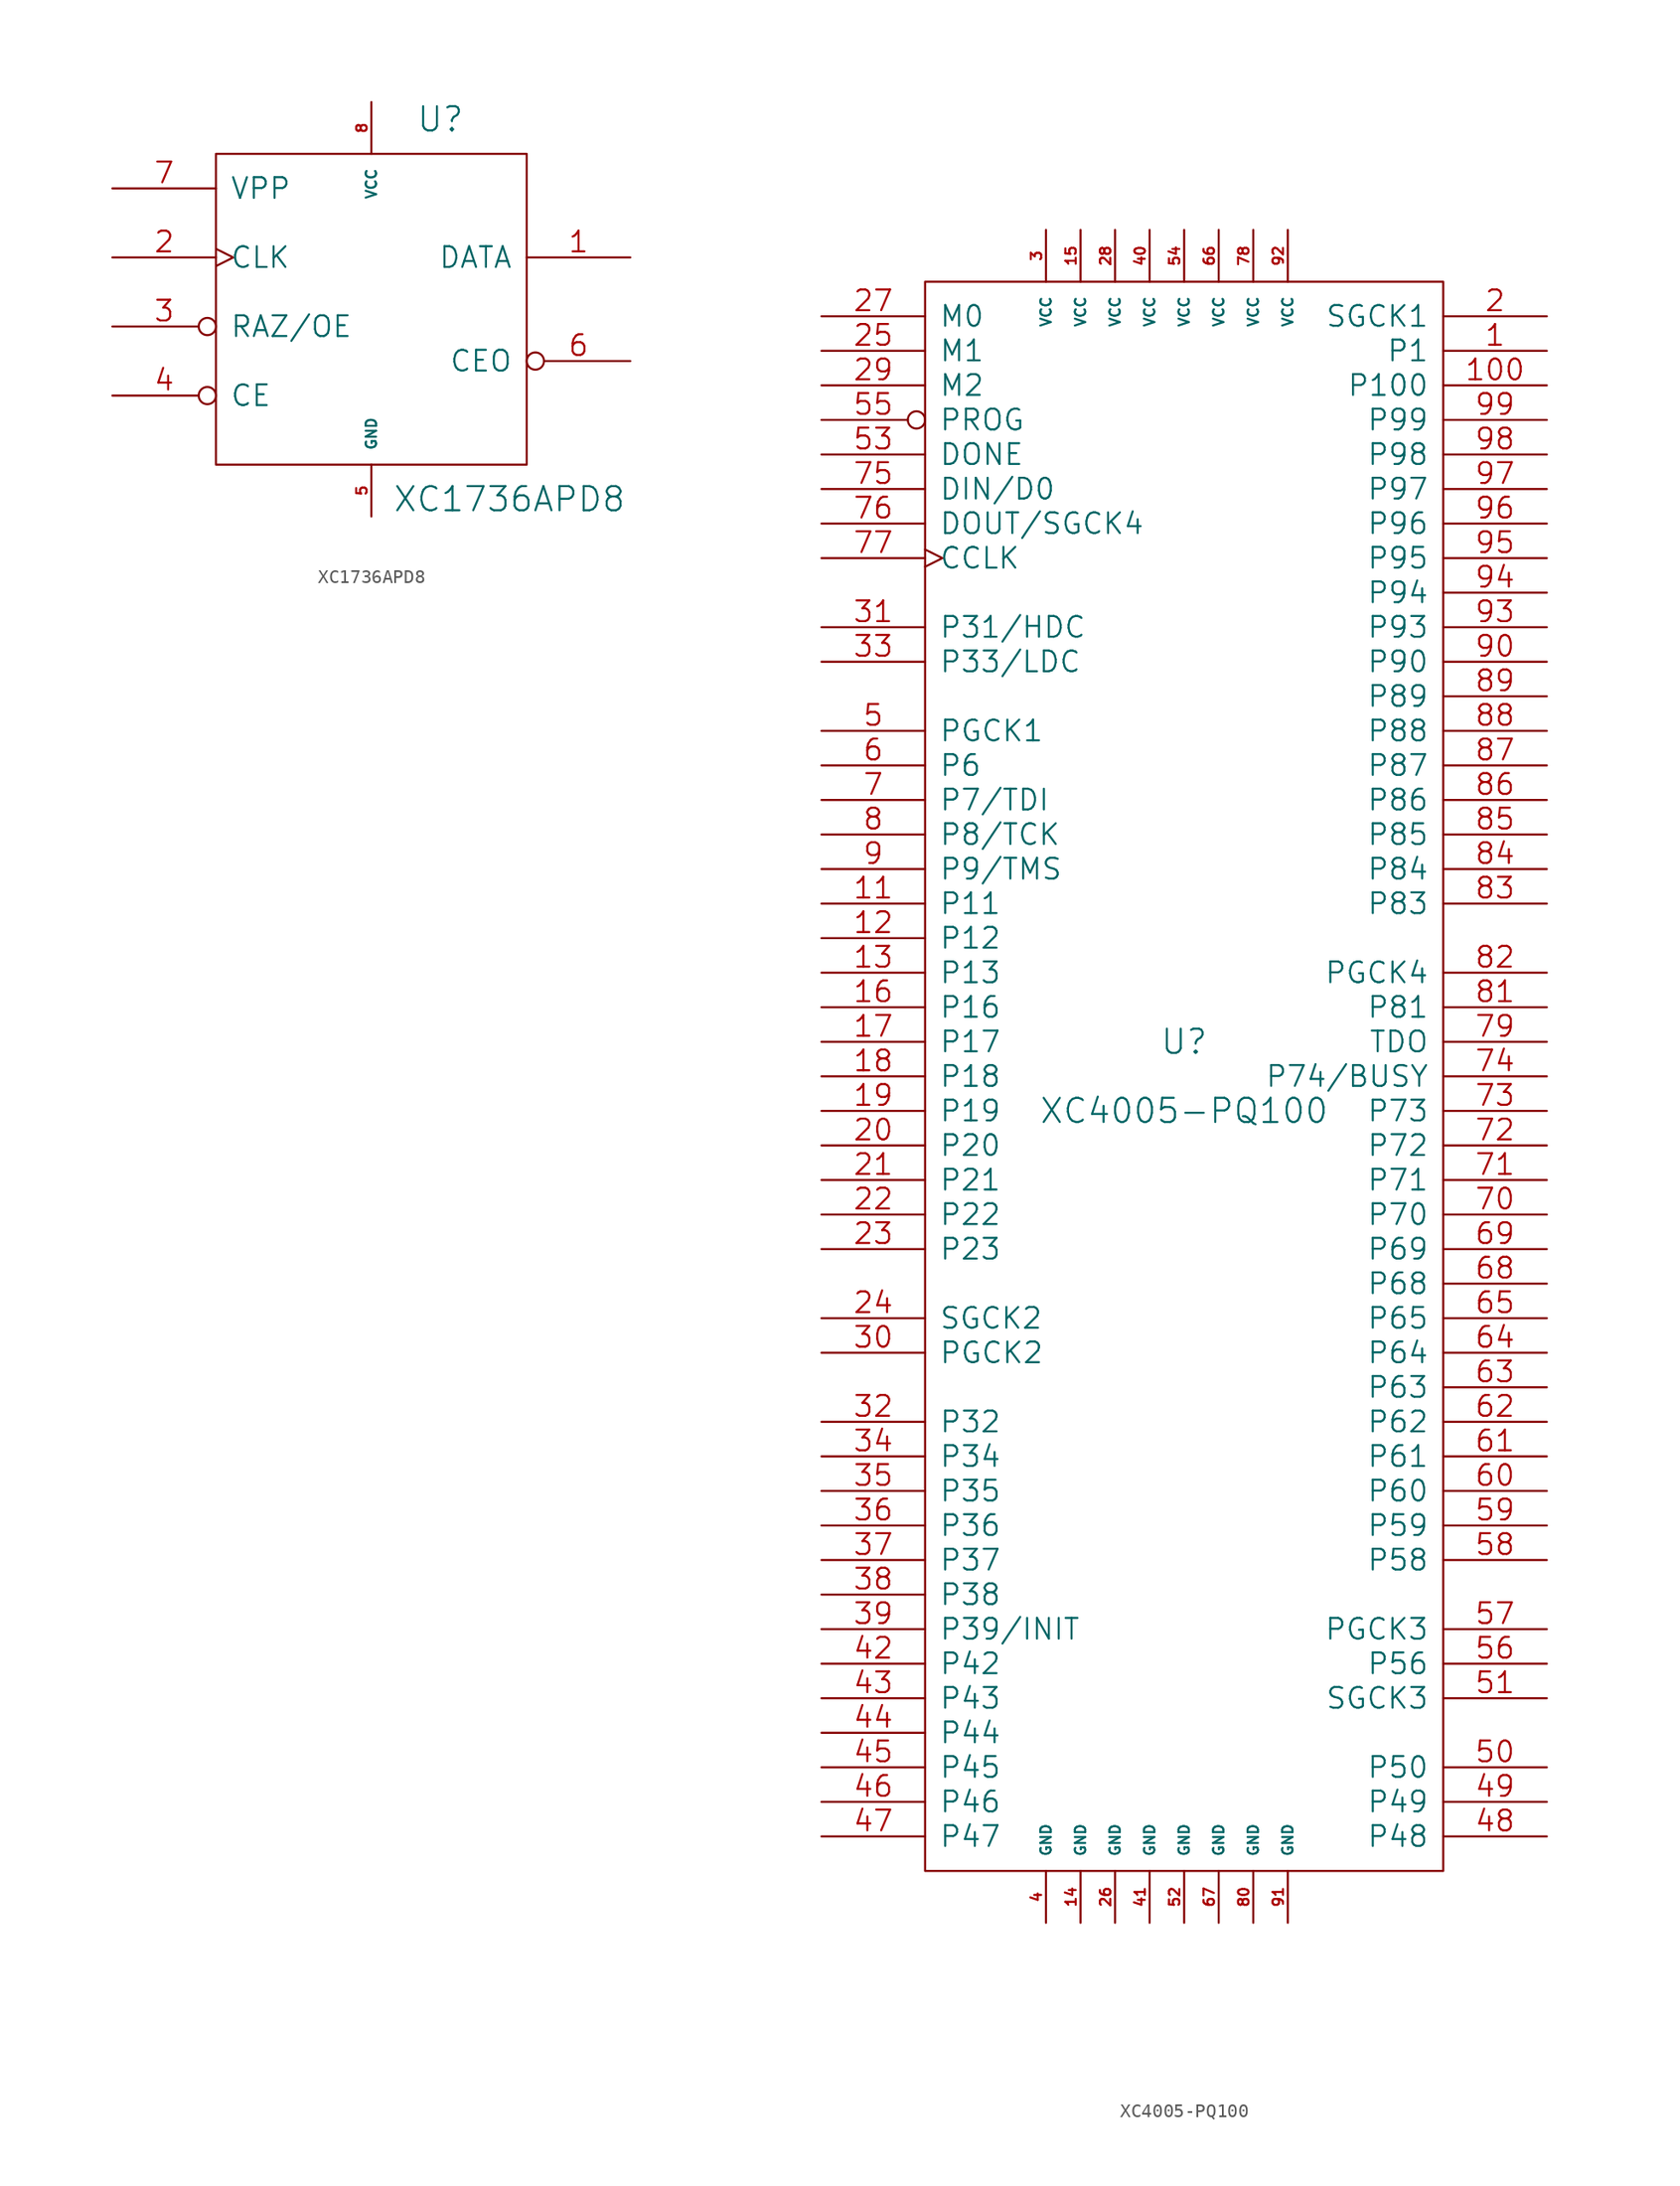
<source format=kicad_sym>
(kicad_symbol_lib
  (version 20231120)
  (generator "kicad_symbol_editor")
  (generator_version "8.0")
  (symbol "XC1736APD8"
    (pin_names
      (offset 1.016))
    (property "Reference" "U"
      (at 5.08 13.97 0)
      (effects (font (size 1.778 1.778))))
    (property "Value" "XC1736APD8"
      (at 10.16 -13.97 0)
      (effects (font (size 1.778 1.778))))
    (property "Footprint" ""
      (at 0 0 0)
      (effects (font (size 1.524 1.524))))
    (property "Datasheet" ""
      (at 0 0 0)
      (effects (font (size 1.524 1.524))))
    (symbol "XC1736APD8_0_1"
      (rectangle (start -11.43 11.43) (end 11.43 -11.43) (stroke (width 0) (type default)) (fill (type none))))
    (symbol "XC1736APD8_1_1"
      (pin tri_state line (at 19.05 3.81 180) (length 7.62) (name "DATA" (effects (font (size 1.524 1.524)))) (number "1" (effects (font (size 1.524 1.524)))))
      (pin input clock (at -19.05 3.81 0) (length 7.62) (name "CLK" (effects (font (size 1.524 1.524)))) (number "2" (effects (font (size 1.524 1.524)))))
      (pin input inverted (at -19.05 -1.27 0) (length 7.62) (name "RAZ/OE" (effects (font (size 1.524 1.524)))) (number "3" (effects (font (size 1.524 1.524)))))
      (pin input inverted (at -19.05 -6.35 0) (length 7.62) (name "CE" (effects (font (size 1.524 1.524)))) (number "4" (effects (font (size 1.524 1.524)))))
      (pin power_in line (at 0 -15.24 90) (length 3.81) (name "GND" (effects (font (size 0.762 0.762)))) (number "5" (effects (font (size 0.762 0.762)))))
      (pin output inverted (at 19.05 -3.81 180) (length 7.62) (name "CEO" (effects (font (size 1.524 1.524)))) (number "6" (effects (font (size 1.524 1.524)))))
      (pin input line (at -19.05 8.89 0) (length 7.62) (name "VPP" (effects (font (size 1.524 1.524)))) (number "7" (effects (font (size 1.524 1.524)))))
      (pin power_in line (at 0 15.24 270) (length 3.81) (name "VCC" (effects (font (size 0.762 0.762)))) (number "8" (effects (font (size 0.762 0.762)))))))
  (symbol "XC4005-PQ100"
    (pin_names
      (offset 1.016))
    (property "Reference" "U"
      (at 0 2.54 0)
      (effects (font (size 1.778 1.778))))
    (property "Value" "XC4005-PQ100"
      (at 0 -2.54 0)
      (effects (font (size 1.778 1.778))))
    (property "Footprint" ""
      (at 0 0 0)
      (effects (font (size 1.524 1.524))))
    (property "Datasheet" ""
      (at 0 0 0)
      (effects (font (size 1.524 1.524))))
    (symbol "XC4005-PQ100_0_1"
      (rectangle (start -19.05 -58.42) (end 19.05 58.42) (stroke (width 0) (type default)) (fill (type none))))
    (symbol "XC4005-PQ100_1_1"
      (pin passive line (at 26.67 53.34 180) (length 7.62) (name "P1" (effects (font (size 1.524 1.524)))) (number "1" (effects (font (size 1.524 1.524)))))
      (pin passive line (at 26.67 50.8 180) (length 7.62) (name "P100" (effects (font (size 1.524 1.524)))) (number "100" (effects (font (size 1.524 1.524)))))
      (pin passive line (at -26.67 12.7 0) (length 7.62) (name "P11" (effects (font (size 1.524 1.524)))) (number "11" (effects (font (size 1.524 1.524)))))
      (pin passive line (at -26.67 10.16 0) (length 7.62) (name "P12" (effects (font (size 1.524 1.524)))) (number "12" (effects (font (size 1.524 1.524)))))
      (pin passive line (at -26.67 7.62 0) (length 7.62) (name "P13" (effects (font (size 1.524 1.524)))) (number "13" (effects (font (size 1.524 1.524)))))
      (pin power_in line (at -7.62 -62.23 90) (length 3.81) (name "GND" (effects (font (size 0.762 0.762)))) (number "14" (effects (font (size 0.762 0.762)))))
      (pin power_in line (at -7.62 62.23 270) (length 3.81) (name "VCC" (effects (font (size 0.762 0.762)))) (number "15" (effects (font (size 0.762 0.762)))))
      (pin passive line (at -26.67 5.08 0) (length 7.62) (name "P16" (effects (font (size 1.524 1.524)))) (number "16" (effects (font (size 1.524 1.524)))))
      (pin passive line (at -26.67 2.54 0) (length 7.62) (name "P17" (effects (font (size 1.524 1.524)))) (number "17" (effects (font (size 1.524 1.524)))))
      (pin passive line (at -26.67 0 0) (length 7.62) (name "P18" (effects (font (size 1.524 1.524)))) (number "18" (effects (font (size 1.524 1.524)))))
      (pin passive line (at -26.67 -2.54 0) (length 7.62) (name "P19" (effects (font (size 1.524 1.524)))) (number "19" (effects (font (size 1.524 1.524)))))
      (pin passive line (at 26.67 55.88 180) (length 7.62) (name "SGCK1" (effects (font (size 1.524 1.524)))) (number "2" (effects (font (size 1.524 1.524)))))
      (pin passive line (at -26.67 -5.08 0) (length 7.62) (name "P20" (effects (font (size 1.524 1.524)))) (number "20" (effects (font (size 1.524 1.524)))))
      (pin passive line (at -26.67 -7.62 0) (length 7.62) (name "P21" (effects (font (size 1.524 1.524)))) (number "21" (effects (font (size 1.524 1.524)))))
      (pin passive line (at -26.67 -10.16 0) (length 7.62) (name "P22" (effects (font (size 1.524 1.524)))) (number "22" (effects (font (size 1.524 1.524)))))
      (pin passive line (at -26.67 -12.7 0) (length 7.62) (name "P23" (effects (font (size 1.524 1.524)))) (number "23" (effects (font (size 1.524 1.524)))))
      (pin passive line (at -26.67 -17.78 0) (length 7.62) (name "SGCK2" (effects (font (size 1.524 1.524)))) (number "24" (effects (font (size 1.524 1.524)))))
      (pin passive line (at -26.67 53.34 0) (length 7.62) (name "M1" (effects (font (size 1.524 1.524)))) (number "25" (effects (font (size 1.524 1.524)))))
      (pin power_in line (at -5.08 -62.23 90) (length 3.81) (name "GND" (effects (font (size 0.762 0.762)))) (number "26" (effects (font (size 0.762 0.762)))))
      (pin input line (at -26.67 55.88 0) (length 7.62) (name "M0" (effects (font (size 1.524 1.524)))) (number "27" (effects (font (size 1.524 1.524)))))
      (pin power_in line (at -5.08 62.23 270) (length 3.81) (name "VCC" (effects (font (size 0.762 0.762)))) (number "28" (effects (font (size 0.762 0.762)))))
      (pin input line (at -26.67 50.8 0) (length 7.62) (name "M2" (effects (font (size 1.524 1.524)))) (number "29" (effects (font (size 1.524 1.524)))))
      (pin power_in line (at -10.16 62.23 270) (length 3.81) (name "VCC" (effects (font (size 0.762 0.762)))) (number "3" (effects (font (size 0.762 0.762)))))
      (pin passive line (at -26.67 -20.32 0) (length 7.62) (name "PGCK2" (effects (font (size 1.524 1.524)))) (number "30" (effects (font (size 1.524 1.524)))))
      (pin passive line (at -26.67 33.02 0) (length 7.62) (name "P31/HDC" (effects (font (size 1.524 1.524)))) (number "31" (effects (font (size 1.524 1.524)))))
      (pin passive line (at -26.67 -25.4 0) (length 7.62) (name "P32" (effects (font (size 1.524 1.524)))) (number "32" (effects (font (size 1.524 1.524)))))
      (pin passive line (at -26.67 30.48 0) (length 7.62) (name "P33/LDC" (effects (font (size 1.524 1.524)))) (number "33" (effects (font (size 1.524 1.524)))))
      (pin passive line (at -26.67 -27.94 0) (length 7.62) (name "P34" (effects (font (size 1.524 1.524)))) (number "34" (effects (font (size 1.524 1.524)))))
      (pin passive line (at -26.67 -30.48 0) (length 7.62) (name "P35" (effects (font (size 1.524 1.524)))) (number "35" (effects (font (size 1.524 1.524)))))
      (pin passive line (at -26.67 -33.02 0) (length 7.62) (name "P36" (effects (font (size 1.524 1.524)))) (number "36" (effects (font (size 1.524 1.524)))))
      (pin passive line (at -26.67 -35.56 0) (length 7.62) (name "P37" (effects (font (size 1.524 1.524)))) (number "37" (effects (font (size 1.524 1.524)))))
      (pin passive line (at -26.67 -38.1 0) (length 7.62) (name "P38" (effects (font (size 1.524 1.524)))) (number "38" (effects (font (size 1.524 1.524)))))
      (pin passive line (at -26.67 -40.64 0) (length 7.62) (name "P39/INIT" (effects (font (size 1.524 1.524)))) (number "39" (effects (font (size 1.524 1.524)))))
      (pin power_in line (at -10.16 -62.23 90) (length 3.81) (name "GND" (effects (font (size 0.762 0.762)))) (number "4" (effects (font (size 0.762 0.762)))))
      (pin power_in line (at -2.54 62.23 270) (length 3.81) (name "VCC" (effects (font (size 0.762 0.762)))) (number "40" (effects (font (size 0.762 0.762)))))
      (pin power_in line (at -2.54 -62.23 90) (length 3.81) (name "GND" (effects (font (size 0.762 0.762)))) (number "41" (effects (font (size 0.762 0.762)))))
      (pin passive line (at -26.67 -43.18 0) (length 7.62) (name "P42" (effects (font (size 1.524 1.524)))) (number "42" (effects (font (size 1.524 1.524)))))
      (pin passive line (at -26.67 -45.72 0) (length 7.62) (name "P43" (effects (font (size 1.524 1.524)))) (number "43" (effects (font (size 1.524 1.524)))))
      (pin passive line (at -26.67 -48.26 0) (length 7.62) (name "P44" (effects (font (size 1.524 1.524)))) (number "44" (effects (font (size 1.524 1.524)))))
      (pin passive line (at -26.67 -50.8 0) (length 7.62) (name "P45" (effects (font (size 1.524 1.524)))) (number "45" (effects (font (size 1.524 1.524)))))
      (pin passive line (at -26.67 -53.34 0) (length 7.62) (name "P46" (effects (font (size 1.524 1.524)))) (number "46" (effects (font (size 1.524 1.524)))))
      (pin passive line (at -26.67 -55.88 0) (length 7.62) (name "P47" (effects (font (size 1.524 1.524)))) (number "47" (effects (font (size 1.524 1.524)))))
      (pin passive line (at 26.67 -55.88 180) (length 7.62) (name "P48" (effects (font (size 1.524 1.524)))) (number "48" (effects (font (size 1.524 1.524)))))
      (pin passive line (at 26.67 -53.34 180) (length 7.62) (name "P49" (effects (font (size 1.524 1.524)))) (number "49" (effects (font (size 1.524 1.524)))))
      (pin passive line (at -26.67 25.4 0) (length 7.62) (name "PGCK1" (effects (font (size 1.524 1.524)))) (number "5" (effects (font (size 1.524 1.524)))))
      (pin passive line (at 26.67 -50.8 180) (length 7.62) (name "P50" (effects (font (size 1.524 1.524)))) (number "50" (effects (font (size 1.524 1.524)))))
      (pin passive line (at 26.67 -45.72 180) (length 7.62) (name "SGCK3" (effects (font (size 1.524 1.524)))) (number "51" (effects (font (size 1.524 1.524)))))
      (pin power_in line (at 0 -62.23 90) (length 3.81) (name "GND" (effects (font (size 0.762 0.762)))) (number "52" (effects (font (size 0.762 0.762)))))
      (pin open_collector line (at -26.67 45.72 0) (length 7.62) (name "DONE" (effects (font (size 1.524 1.524)))) (number "53" (effects (font (size 1.524 1.524)))))
      (pin power_in line (at 0 62.23 270) (length 3.81) (name "VCC" (effects (font (size 0.762 0.762)))) (number "54" (effects (font (size 0.762 0.762)))))
      (pin input inverted (at -26.67 48.26 0) (length 7.62) (name "PROG" (effects (font (size 1.524 1.524)))) (number "55" (effects (font (size 1.524 1.524)))))
      (pin passive line (at 26.67 -43.18 180) (length 7.62) (name "P56" (effects (font (size 1.524 1.524)))) (number "56" (effects (font (size 1.524 1.524)))))
      (pin passive line (at 26.67 -40.64 180) (length 7.62) (name "PGCK3" (effects (font (size 1.524 1.524)))) (number "57" (effects (font (size 1.524 1.524)))))
      (pin passive line (at 26.67 -35.56 180) (length 7.62) (name "P58" (effects (font (size 1.524 1.524)))) (number "58" (effects (font (size 1.524 1.524)))))
      (pin passive line (at 26.67 -33.02 180) (length 7.62) (name "P59" (effects (font (size 1.524 1.524)))) (number "59" (effects (font (size 1.524 1.524)))))
      (pin passive line (at -26.67 22.86 0) (length 7.62) (name "P6" (effects (font (size 1.524 1.524)))) (number "6" (effects (font (size 1.524 1.524)))))
      (pin passive line (at 26.67 -30.48 180) (length 7.62) (name "P60" (effects (font (size 1.524 1.524)))) (number "60" (effects (font (size 1.524 1.524)))))
      (pin passive line (at 26.67 -27.94 180) (length 7.62) (name "P61" (effects (font (size 1.524 1.524)))) (number "61" (effects (font (size 1.524 1.524)))))
      (pin passive line (at 26.67 -25.4 180) (length 7.62) (name "P62" (effects (font (size 1.524 1.524)))) (number "62" (effects (font (size 1.524 1.524)))))
      (pin passive line (at 26.67 -22.86 180) (length 7.62) (name "P63" (effects (font (size 1.524 1.524)))) (number "63" (effects (font (size 1.524 1.524)))))
      (pin passive line (at 26.67 -20.32 180) (length 7.62) (name "P64" (effects (font (size 1.524 1.524)))) (number "64" (effects (font (size 1.524 1.524)))))
      (pin passive line (at 26.67 -17.78 180) (length 7.62) (name "P65" (effects (font (size 1.524 1.524)))) (number "65" (effects (font (size 1.524 1.524)))))
      (pin power_in line (at 2.54 62.23 270) (length 3.81) (name "VCC" (effects (font (size 0.762 0.762)))) (number "66" (effects (font (size 0.762 0.762)))))
      (pin power_in line (at 2.54 -62.23 90) (length 3.81) (name "GND" (effects (font (size 0.762 0.762)))) (number "67" (effects (font (size 0.762 0.762)))))
      (pin passive line (at 26.67 -15.24 180) (length 7.62) (name "P68" (effects (font (size 1.524 1.524)))) (number "68" (effects (font (size 1.524 1.524)))))
      (pin passive line (at 26.67 -12.7 180) (length 7.62) (name "P69" (effects (font (size 1.524 1.524)))) (number "69" (effects (font (size 1.524 1.524)))))
      (pin passive line (at -26.67 20.32 0) (length 7.62) (name "P7/TDI" (effects (font (size 1.524 1.524)))) (number "7" (effects (font (size 1.524 1.524)))))
      (pin passive line (at 26.67 -10.16 180) (length 7.62) (name "P70" (effects (font (size 1.524 1.524)))) (number "70" (effects (font (size 1.524 1.524)))))
      (pin passive line (at 26.67 -7.62 180) (length 7.62) (name "P71" (effects (font (size 1.524 1.524)))) (number "71" (effects (font (size 1.524 1.524)))))
      (pin passive line (at 26.67 -5.08 180) (length 7.62) (name "P72" (effects (font (size 1.524 1.524)))) (number "72" (effects (font (size 1.524 1.524)))))
      (pin passive line (at 26.67 -2.54 180) (length 7.62) (name "P73" (effects (font (size 1.524 1.524)))) (number "73" (effects (font (size 1.524 1.524)))))
      (pin passive line (at 26.67 0 180) (length 7.62) (name "P74/BUSY" (effects (font (size 1.524 1.524)))) (number "74" (effects (font (size 1.524 1.524)))))
      (pin passive line (at -26.67 43.18 0) (length 7.62) (name "DIN/D0" (effects (font (size 1.524 1.524)))) (number "75" (effects (font (size 1.524 1.524)))))
      (pin passive line (at -26.67 40.64 0) (length 7.62) (name "DOUT/SGCK4" (effects (font (size 1.524 1.524)))) (number "76" (effects (font (size 1.524 1.524)))))
      (pin input clock (at -26.67 38.1 0) (length 7.62) (name "CCLK" (effects (font (size 1.524 1.524)))) (number "77" (effects (font (size 1.524 1.524)))))
      (pin power_in line (at 5.08 62.23 270) (length 3.81) (name "VCC" (effects (font (size 0.762 0.762)))) (number "78" (effects (font (size 0.762 0.762)))))
      (pin output line (at 26.67 2.54 180) (length 7.62) (name "TDO" (effects (font (size 1.524 1.524)))) (number "79" (effects (font (size 1.524 1.524)))))
      (pin passive line (at -26.67 17.78 0) (length 7.62) (name "P8/TCK" (effects (font (size 1.524 1.524)))) (number "8" (effects (font (size 1.524 1.524)))))
      (pin power_in line (at 5.08 -62.23 90) (length 3.81) (name "GND" (effects (font (size 0.762 0.762)))) (number "80" (effects (font (size 0.762 0.762)))))
      (pin passive line (at 26.67 5.08 180) (length 7.62) (name "P81" (effects (font (size 1.524 1.524)))) (number "81" (effects (font (size 1.524 1.524)))))
      (pin passive line (at 26.67 7.62 180) (length 7.62) (name "PGCK4" (effects (font (size 1.524 1.524)))) (number "82" (effects (font (size 1.524 1.524)))))
      (pin passive line (at 26.67 12.7 180) (length 7.62) (name "P83" (effects (font (size 1.524 1.524)))) (number "83" (effects (font (size 1.524 1.524)))))
      (pin passive line (at 26.67 15.24 180) (length 7.62) (name "P84" (effects (font (size 1.524 1.524)))) (number "84" (effects (font (size 1.524 1.524)))))
      (pin passive line (at 26.67 17.78 180) (length 7.62) (name "P85" (effects (font (size 1.524 1.524)))) (number "85" (effects (font (size 1.524 1.524)))))
      (pin passive line (at 26.67 20.32 180) (length 7.62) (name "P86" (effects (font (size 1.524 1.524)))) (number "86" (effects (font (size 1.524 1.524)))))
      (pin passive line (at 26.67 22.86 180) (length 7.62) (name "P87" (effects (font (size 1.524 1.524)))) (number "87" (effects (font (size 1.524 1.524)))))
      (pin passive line (at 26.67 25.4 180) (length 7.62) (name "P88" (effects (font (size 1.524 1.524)))) (number "88" (effects (font (size 1.524 1.524)))))
      (pin passive line (at 26.67 27.94 180) (length 7.62) (name "P89" (effects (font (size 1.524 1.524)))) (number "89" (effects (font (size 1.524 1.524)))))
      (pin passive line (at -26.67 15.24 0) (length 7.62) (name "P9/TMS" (effects (font (size 1.524 1.524)))) (number "9" (effects (font (size 1.524 1.524)))))
      (pin passive line (at 26.67 30.48 180) (length 7.62) (name "P90" (effects (font (size 1.524 1.524)))) (number "90" (effects (font (size 1.524 1.524)))))
      (pin power_in line (at 7.62 -62.23 90) (length 3.81) (name "GND" (effects (font (size 0.762 0.762)))) (number "91" (effects (font (size 0.762 0.762)))))
      (pin power_in line (at 7.62 62.23 270) (length 3.81) (name "VCC" (effects (font (size 0.762 0.762)))) (number "92" (effects (font (size 0.762 0.762)))))
      (pin passive line (at 26.67 33.02 180) (length 7.62) (name "P93" (effects (font (size 1.524 1.524)))) (number "93" (effects (font (size 1.524 1.524)))))
      (pin passive line (at 26.67 35.56 180) (length 7.62) (name "P94" (effects (font (size 1.524 1.524)))) (number "94" (effects (font (size 1.524 1.524)))))
      (pin passive line (at 26.67 38.1 180) (length 7.62) (name "P95" (effects (font (size 1.524 1.524)))) (number "95" (effects (font (size 1.524 1.524)))))
      (pin passive line (at 26.67 40.64 180) (length 7.62) (name "P96" (effects (font (size 1.524 1.524)))) (number "96" (effects (font (size 1.524 1.524)))))
      (pin passive line (at 26.67 43.18 180) (length 7.62) (name "P97" (effects (font (size 1.524 1.524)))) (number "97" (effects (font (size 1.524 1.524)))))
      (pin passive line (at 26.67 45.72 180) (length 7.62) (name "P98" (effects (font (size 1.524 1.524)))) (number "98" (effects (font (size 1.524 1.524)))))
      (pin passive line (at 26.67 48.26 180) (length 7.62) (name "P99" (effects (font (size 1.524 1.524)))) (number "99" (effects (font (size 1.524 1.524))))))))
</source>
